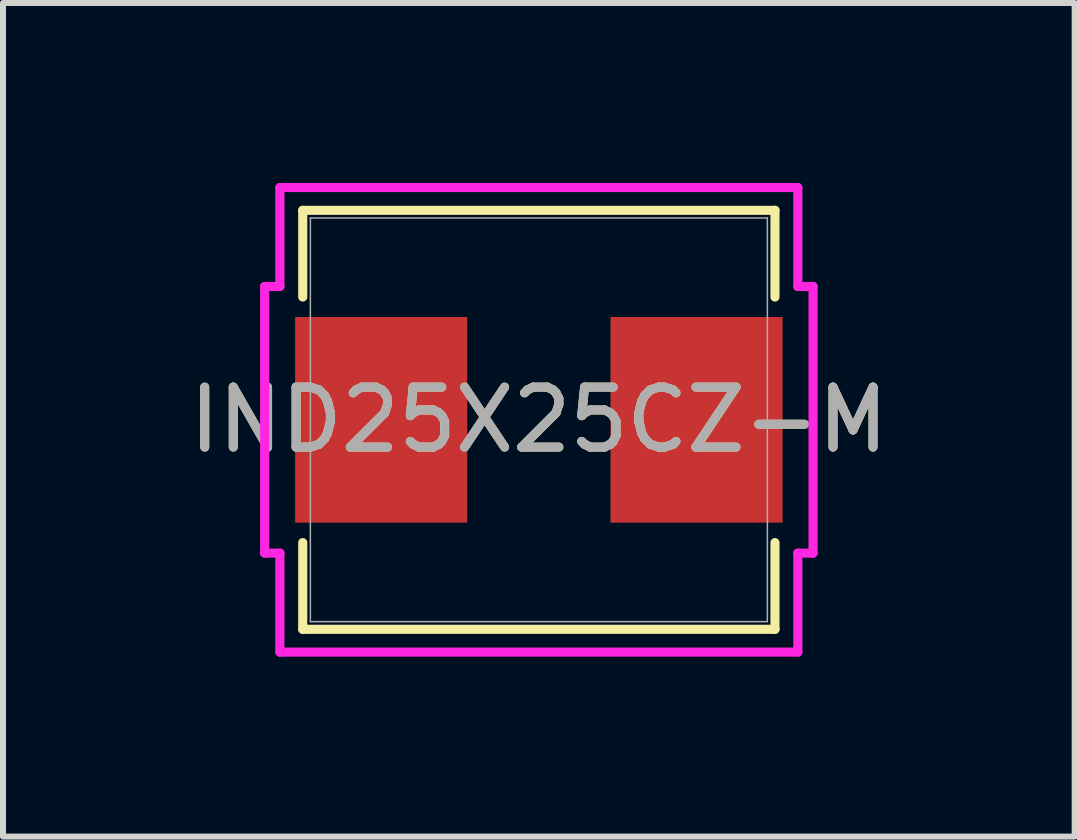
<source format=kicad_pcb>
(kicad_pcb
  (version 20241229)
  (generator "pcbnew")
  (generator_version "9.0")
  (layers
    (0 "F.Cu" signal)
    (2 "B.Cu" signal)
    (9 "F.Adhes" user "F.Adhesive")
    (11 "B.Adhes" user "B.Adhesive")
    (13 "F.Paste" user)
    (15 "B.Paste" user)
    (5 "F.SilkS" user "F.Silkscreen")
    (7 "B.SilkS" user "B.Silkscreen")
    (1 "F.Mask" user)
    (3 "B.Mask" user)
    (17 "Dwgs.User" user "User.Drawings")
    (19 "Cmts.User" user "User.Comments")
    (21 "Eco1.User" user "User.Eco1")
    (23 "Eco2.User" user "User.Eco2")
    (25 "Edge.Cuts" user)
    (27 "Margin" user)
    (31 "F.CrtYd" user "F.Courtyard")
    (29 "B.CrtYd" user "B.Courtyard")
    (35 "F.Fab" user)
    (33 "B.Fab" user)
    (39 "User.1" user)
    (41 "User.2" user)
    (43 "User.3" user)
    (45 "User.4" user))
  (footprint "IND25X25CZ-M"
    (layer "F.Cu")
    (at 5.935 3.95)
    (property "Reference" "IND25X25CZ-M" (at 0 0 0) (unlocked yes) (layer "F.SilkS") (effects (font (size 1 1) (thickness 0.15))))
    (attr smd)
    (fp_line (start -3.937 -3.493) (end -3.937 -2.047) (stroke (width 0.152) (type solid)) (layer "F.SilkS"))
    (fp_line (start -3.937 2.047) (end -3.937 3.493) (stroke (width 0.152) (type solid)) (layer "F.SilkS"))
    (fp_line (start -3.937 3.493) (end 3.937 3.493) (stroke (width 0.152) (type solid)) (layer "F.SilkS"))
    (fp_line (start 3.937 -3.493) (end -3.937 -3.493) (stroke (width 0.152) (type solid)) (layer "F.SilkS"))
    (fp_line (start 3.937 -2.047) (end 3.937 -3.493) (stroke (width 0.152) (type solid)) (layer "F.SilkS"))
    (fp_line (start 3.937 3.493) (end 3.937 2.047) (stroke (width 0.152) (type solid)) (layer "F.SilkS"))
    (fp_line (start -4.572 -2.223) (end -4.318 -2.223) (stroke (width 0.152) (type solid)) (layer "F.CrtYd"))
    (fp_line (start -4.572 2.223) (end -4.572 -2.223) (stroke (width 0.152) (type solid)) (layer "F.CrtYd"))
    (fp_line (start -4.318 -3.873) (end 4.318 -3.873) (stroke (width 0.152) (type solid)) (layer "F.CrtYd"))
    (fp_line (start -4.318 -2.223) (end -4.318 -3.873) (stroke (width 0.152) (type solid)) (layer "F.CrtYd"))
    (fp_line (start -4.318 2.223) (end -4.572 2.223) (stroke (width 0.152) (type solid)) (layer "F.CrtYd"))
    (fp_line (start -4.318 2.223) (end -4.318 3.873) (stroke (width 0.152) (type solid)) (layer "F.CrtYd"))
    (fp_line (start -4.318 3.873) (end 4.318 3.873) (stroke (width 0.152) (type solid)) (layer "F.CrtYd"))
    (fp_line (start 4.318 -3.873) (end 4.318 -2.223) (stroke (width 0.152) (type solid)) (layer "F.CrtYd"))
    (fp_line (start 4.318 -2.223) (end 4.572 -2.223) (stroke (width 0.152) (type solid)) (layer "F.CrtYd"))
    (fp_line (start 4.318 2.223) (end 4.572 2.223) (stroke (width 0.152) (type solid)) (layer "F.CrtYd"))
    (fp_line (start 4.318 3.873) (end 4.318 2.223) (stroke (width 0.152) (type solid)) (layer "F.CrtYd"))
    (fp_line (start 4.572 -2.223) (end 4.572 2.223) (stroke (width 0.152) (type solid)) (layer "F.CrtYd"))
    (fp_line (start -3.81 -3.365) (end -3.81 3.365) (stroke (width 0.025) (type solid)) (layer "F.Fab"))
    (fp_line (start -3.81 3.365) (end 3.81 3.365) (stroke (width 0.025) (type solid)) (layer "F.Fab"))
    (fp_line (start 3.81 -3.365) (end -3.81 -3.365) (stroke (width 0.025) (type solid)) (layer "F.Fab"))
    (fp_line (start 3.81 3.365) (end 3.81 -3.365) (stroke (width 0.025) (type solid)) (layer "F.Fab"))
    (fp_text user "${REFERENCE}" (at 0 0 0) (unlocked yes) (layer "F.Fab") (effects (font (size 1 1) (thickness 0.15))))
    (pad "1" smd rect (at -2.629 0 90) (size 3.429 2.87) (layers "F.Cu" "F.Mask" "F.Paste"))
    (pad "2" smd rect (at 2.629 0 90) (size 3.429 2.87) (layers "F.Cu" "F.Mask" "F.Paste")))
  (gr_rect
    (start -3 -3)
    (end 14.869 10.899)
    (stroke (width 0.1) (type default))
    (fill no)
    (layer "Edge.Cuts")))
</source>
